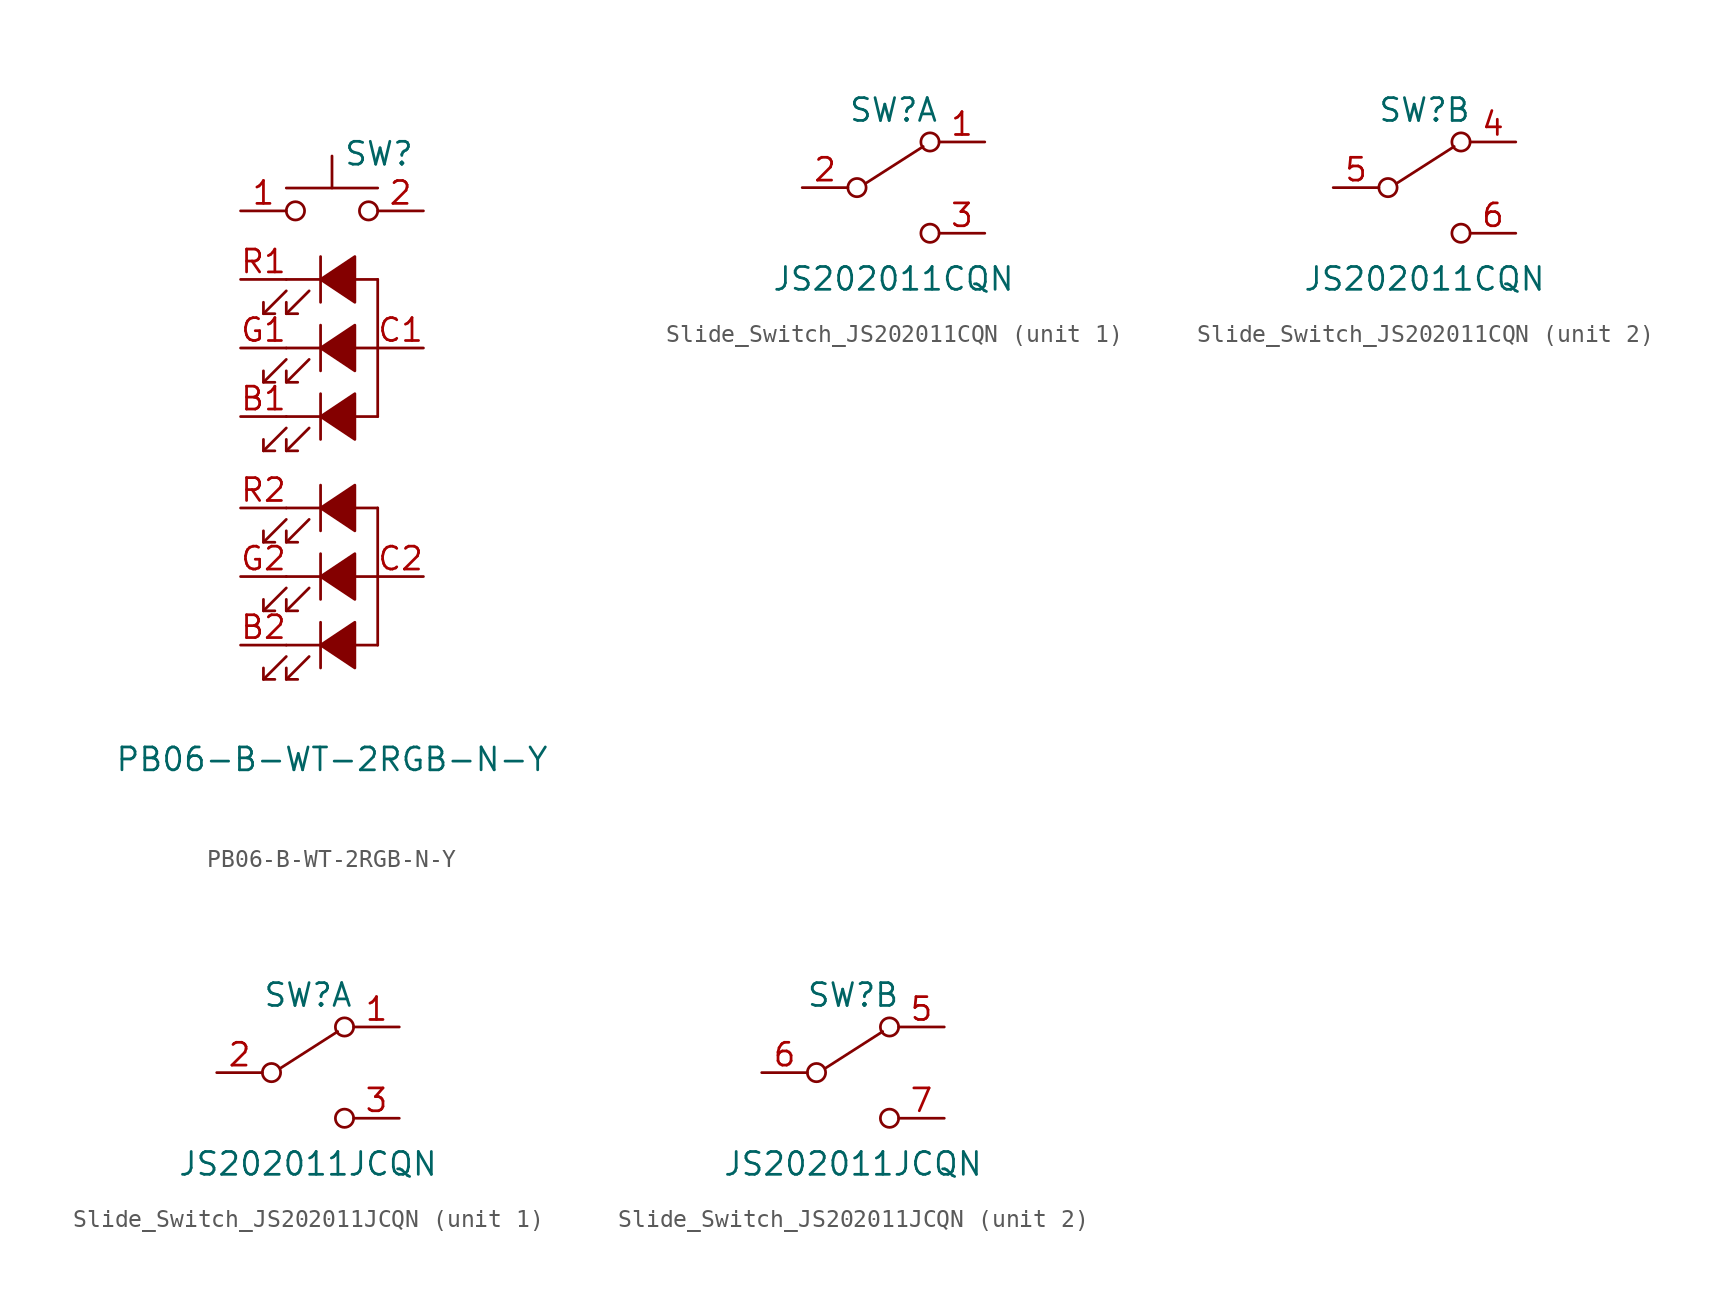
<source format=kicad_sym>
(kicad_symbol_lib
  (version 20231120)
  (generator "kicad_symbol_editor")
  (generator_version "8.0")
  (symbol "PB06-B-WT-2RGB-N-Y"
    (pin_names
      (offset 1.016) hide)
    (property "Reference" "SW"
      (at 0.635 6.985 0)
      (effects (font (size 1.27 1.27)) (justify left)))
    (property "Value" "PB06-B-WT-2RGB-N-Y"
      (at 0 -26.67 0)
      (effects (font (size 1.27 1.27))))
    (symbol "PB06-B-WT-2RGB-N-Y_0_0"
      (polyline (pts (xy -3.81 -1.905) (xy -2.54 -0.635)) (stroke (width 0) (type default)) (fill (type none)))
      (polyline (pts (xy -2.54 -1.905) (xy -1.27 -0.635)) (stroke (width 0) (type default)) (fill (type none)))
      (polyline (pts (xy -2.54 0) (xy 2.54 0)) (stroke (width 0) (type default)) (fill (type none)))
      (polyline (pts (xy -0.635 1.27) (xy -0.635 -1.27)) (stroke (width 0) (type default)) (fill (type none)))
      (polyline (pts (xy -3.81 -1.27) (xy -3.81 -1.905) (xy -3.175 -1.905)) (stroke (width 0) (type default)) (fill (type none)))
      (polyline (pts (xy -2.54 -1.27) (xy -2.54 -1.905) (xy -1.905 -1.905)) (stroke (width 0) (type default)) (fill (type none)))
      (polyline (pts (xy -0.635 0) (xy 1.27 1.27) (xy 1.27 -1.27) (xy -0.635 0)) (stroke (width 0) (type default)) (fill (type outline))))
    (symbol "PB06-B-WT-2RGB-N-Y_0_1"
      (circle (center -2.032 3.81) (radius 0.508) (stroke (width 0) (type default)) (fill (type none)))
      (polyline (pts (xy 0 5.08) (xy 0 6.858)) (stroke (width 0) (type default)) (fill (type none)))
      (polyline (pts (xy 2.54 0) (xy 2.54 -7.62)) (stroke (width 0) (type default)) (fill (type none)))
      (polyline (pts (xy 2.54 5.08) (xy -2.54 5.08)) (stroke (width 0) (type default)) (fill (type none)))
      (circle (center 2.032 3.81) (radius 0.508) (stroke (width 0) (type default)) (fill (type none)))
      (pin passive line (at -5.08 3.81 0) (length 2.54) (name "1" (effects (font (size 1.27 1.27)))) (number "1" (effects (font (size 1.27 1.27)))))
      (pin passive line (at 5.08 3.81 180) (length 2.54) (name "2" (effects (font (size 1.27 1.27)))) (number "2" (effects (font (size 1.27 1.27)))))
      (pin passive line (at 5.08 -3.81 180) (length 2.54) (name "A" (effects (font (size 1.27 1.27)))) (number "C1" (effects (font (size 1.27 1.27)))))
      (pin passive line (at -5.08 0 0) (length 2.54) (name "K" (effects (font (size 1.27 1.27)))) (number "R1" (effects (font (size 1.27 1.27))))))
    (symbol "PB06-B-WT-2RGB-N-Y_1_1"
      (polyline (pts (xy -3.81 -22.225) (xy -2.54 -20.955)) (stroke (width 0) (type default)) (fill (type none)))
      (polyline (pts (xy -3.81 -18.415) (xy -2.54 -17.145)) (stroke (width 0) (type default)) (fill (type none)))
      (polyline (pts (xy -3.81 -14.605) (xy -2.54 -13.335)) (stroke (width 0) (type default)) (fill (type none)))
      (polyline (pts (xy -3.81 -9.525) (xy -2.54 -8.255)) (stroke (width 0) (type default)) (fill (type none)))
      (polyline (pts (xy -3.81 -5.715) (xy -2.54 -4.445)) (stroke (width 0) (type default)) (fill (type none)))
      (polyline (pts (xy -2.54 -22.225) (xy -1.27 -20.955)) (stroke (width 0) (type default)) (fill (type none)))
      (polyline (pts (xy -2.54 -20.32) (xy 2.54 -20.32)) (stroke (width 0) (type default)) (fill (type none)))
      (polyline (pts (xy -2.54 -18.415) (xy -1.27 -17.145)) (stroke (width 0) (type default)) (fill (type none)))
      (polyline (pts (xy -2.54 -16.51) (xy 2.54 -16.51)) (stroke (width 0) (type default)) (fill (type none)))
      (polyline (pts (xy -2.54 -14.605) (xy -1.27 -13.335)) (stroke (width 0) (type default)) (fill (type none)))
      (polyline (pts (xy -2.54 -12.7) (xy 2.54 -12.7)) (stroke (width 0) (type default)) (fill (type none)))
      (polyline (pts (xy -2.54 -9.525) (xy -1.27 -8.255)) (stroke (width 0) (type default)) (fill (type none)))
      (polyline (pts (xy -2.54 -7.62) (xy 2.54 -7.62)) (stroke (width 0) (type default)) (fill (type none)))
      (polyline (pts (xy -2.54 -5.715) (xy -1.27 -4.445)) (stroke (width 0) (type default)) (fill (type none)))
      (polyline (pts (xy -2.54 -3.81) (xy 2.54 -3.81)) (stroke (width 0) (type default)) (fill (type none)))
      (polyline (pts (xy -0.635 -19.05) (xy -0.635 -21.59)) (stroke (width 0) (type default)) (fill (type none)))
      (polyline (pts (xy -0.635 -15.24) (xy -0.635 -17.78)) (stroke (width 0) (type default)) (fill (type none)))
      (polyline (pts (xy -0.635 -11.43) (xy -0.635 -13.97)) (stroke (width 0) (type default)) (fill (type none)))
      (polyline (pts (xy -0.635 -6.35) (xy -0.635 -8.89)) (stroke (width 0) (type default)) (fill (type none)))
      (polyline (pts (xy -0.635 -2.54) (xy -0.635 -5.08)) (stroke (width 0) (type default)) (fill (type none)))
      (polyline (pts (xy 2.54 -12.7) (xy 2.54 -20.32)) (stroke (width 0) (type default)) (fill (type none)))
      (polyline (pts (xy -3.81 -21.59) (xy -3.81 -22.225) (xy -3.175 -22.225)) (stroke (width 0) (type default)) (fill (type none)))
      (polyline (pts (xy -3.81 -17.78) (xy -3.81 -18.415) (xy -3.175 -18.415)) (stroke (width 0) (type default)) (fill (type none)))
      (polyline (pts (xy -3.81 -13.97) (xy -3.81 -14.605) (xy -3.175 -14.605)) (stroke (width 0) (type default)) (fill (type none)))
      (polyline (pts (xy -3.81 -8.89) (xy -3.81 -9.525) (xy -3.175 -9.525)) (stroke (width 0) (type default)) (fill (type none)))
      (polyline (pts (xy -3.81 -5.08) (xy -3.81 -5.715) (xy -3.175 -5.715)) (stroke (width 0) (type default)) (fill (type none)))
      (polyline (pts (xy -2.54 -21.59) (xy -2.54 -22.225) (xy -1.905 -22.225)) (stroke (width 0) (type default)) (fill (type none)))
      (polyline (pts (xy -2.54 -17.78) (xy -2.54 -18.415) (xy -1.905 -18.415)) (stroke (width 0) (type default)) (fill (type none)))
      (polyline (pts (xy -2.54 -13.97) (xy -2.54 -14.605) (xy -1.905 -14.605)) (stroke (width 0) (type default)) (fill (type none)))
      (polyline (pts (xy -2.54 -8.89) (xy -2.54 -9.525) (xy -1.905 -9.525)) (stroke (width 0) (type default)) (fill (type none)))
      (polyline (pts (xy -2.54 -5.08) (xy -2.54 -5.715) (xy -1.905 -5.715)) (stroke (width 0) (type default)) (fill (type none)))
      (polyline (pts (xy -0.635 -20.32) (xy 1.27 -19.05) (xy 1.27 -21.59) (xy -0.635 -20.32)) (stroke (width 0) (type default)) (fill (type outline)))
      (polyline (pts (xy -0.635 -16.51) (xy 1.27 -15.24) (xy 1.27 -17.78) (xy -0.635 -16.51)) (stroke (width 0) (type default)) (fill (type outline)))
      (polyline (pts (xy -0.635 -12.7) (xy 1.27 -11.43) (xy 1.27 -13.97) (xy -0.635 -12.7)) (stroke (width 0) (type default)) (fill (type outline)))
      (polyline (pts (xy -0.635 -7.62) (xy 1.27 -6.35) (xy 1.27 -8.89) (xy -0.635 -7.62)) (stroke (width 0) (type default)) (fill (type outline)))
      (polyline (pts (xy -0.635 -3.81) (xy 1.27 -2.54) (xy 1.27 -5.08) (xy -0.635 -3.81)) (stroke (width 0) (type default)) (fill (type outline)))
      (pin passive line (at -5.08 -7.62 0) (length 2.54) (name "K" (effects (font (size 1.27 1.27)))) (number "B1" (effects (font (size 1.27 1.27)))))
      (pin passive line (at -5.08 -20.32 0) (length 2.54) (name "K" (effects (font (size 1.27 1.27)))) (number "B2" (effects (font (size 1.27 1.27)))))
      (pin passive line (at 5.08 -16.51 180) (length 2.54) (name "A" (effects (font (size 1.27 1.27)))) (number "C2" (effects (font (size 1.27 1.27)))))
      (pin passive line (at -5.08 -3.81 0) (length 2.54) (name "K" (effects (font (size 1.27 1.27)))) (number "G1" (effects (font (size 1.27 1.27)))))
      (pin passive line (at -5.08 -16.51 0) (length 2.54) (name "K" (effects (font (size 1.27 1.27)))) (number "G2" (effects (font (size 1.27 1.27)))))
      (pin passive line (at -5.08 -12.7 0) (length 2.54) (name "K" (effects (font (size 1.27 1.27)))) (number "R2" (effects (font (size 1.27 1.27)))))))
  (symbol "Slide_Switch_JS202011CQN"
    (pin_names
      (offset 0) hide)
    (property "Reference" "SW"
      (at 0 4.318 0)
      (effects (font (size 1.27 1.27))))
    (property "Value" "JS202011CQN"
      (at 0 -5.08 0)
      (effects (font (size 1.27 1.27))))
    (symbol "Slide_Switch_JS202011CQN_0_0"
      (circle (center -2.032 0) (radius 0.508) (stroke (width 0) (type default)) (fill (type none)))
      (circle (center 2.032 -2.54) (radius 0.508) (stroke (width 0) (type default)) (fill (type none))))
    (symbol "Slide_Switch_JS202011CQN_0_1"
      (polyline (pts (xy -1.524 0.254) (xy 1.651 2.286)) (stroke (width 0) (type default)) (fill (type none)))
      (circle (center 2.032 2.54) (radius 0.508) (stroke (width 0) (type default)) (fill (type none))))
    (symbol "Slide_Switch_JS202011CQN_1_1"
      (pin passive line (at 5.08 2.54 180) (length 2.54) (name "A" (effects (font (size 1.27 1.27)))) (number "1" (effects (font (size 1.27 1.27)))))
      (pin passive line (at -5.08 0 0) (length 2.54) (name "B" (effects (font (size 1.27 1.27)))) (number "2" (effects (font (size 1.27 1.27)))))
      (pin passive line (at 5.08 -2.54 180) (length 2.54) (name "C" (effects (font (size 1.27 1.27)))) (number "3" (effects (font (size 1.27 1.27))))))
    (symbol "Slide_Switch_JS202011CQN_2_1"
      (pin passive line (at 5.08 2.54 180) (length 2.54) (name "A" (effects (font (size 1.27 1.27)))) (number "4" (effects (font (size 1.27 1.27)))))
      (pin passive line (at -5.08 0 0) (length 2.54) (name "B" (effects (font (size 1.27 1.27)))) (number "5" (effects (font (size 1.27 1.27)))))
      (pin passive line (at 5.08 -2.54 180) (length 2.54) (name "C" (effects (font (size 1.27 1.27)))) (number "6" (effects (font (size 1.27 1.27)))))))
  (symbol "Slide_Switch_JS202011JCQN"
    (pin_names
      (offset 0) hide)
    (property "Reference" "SW"
      (at 0 4.318 0)
      (effects (font (size 1.27 1.27))))
    (property "Value" "JS202011JCQN"
      (at 0 -5.08 0)
      (effects (font (size 1.27 1.27))))
    (symbol "Slide_Switch_JS202011JCQN_0_0"
      (circle (center -2.032 0) (radius 0.508) (stroke (width 0) (type default)) (fill (type none)))
      (circle (center 2.032 -2.54) (radius 0.508) (stroke (width 0) (type default)) (fill (type none))))
    (symbol "Slide_Switch_JS202011JCQN_0_1"
      (polyline (pts (xy -1.524 0.254) (xy 1.651 2.286)) (stroke (width 0) (type default)) (fill (type none)))
      (circle (center 2.032 2.54) (radius 0.508) (stroke (width 0) (type default)) (fill (type none))))
    (symbol "Slide_Switch_JS202011JCQN_1_1"
      (pin passive line (at 5.08 2.54 180) (length 2.54) (name "A" (effects (font (size 1.27 1.27)))) (number "1" (effects (font (size 1.27 1.27)))))
      (pin passive line (at -5.08 0 0) (length 2.54) (name "B" (effects (font (size 1.27 1.27)))) (number "2" (effects (font (size 1.27 1.27)))))
      (pin passive line (at 5.08 -2.54 180) (length 2.54) (name "C" (effects (font (size 1.27 1.27)))) (number "3" (effects (font (size 1.27 1.27))))))
    (symbol "Slide_Switch_JS202011JCQN_2_1"
      (pin passive line (at 5.08 2.54 180) (length 2.54) (name "A" (effects (font (size 1.27 1.27)))) (number "5" (effects (font (size 1.27 1.27)))))
      (pin passive line (at -5.08 0 0) (length 2.54) (name "B" (effects (font (size 1.27 1.27)))) (number "6" (effects (font (size 1.27 1.27)))))
      (pin passive line (at 5.08 -2.54 180) (length 2.54) (name "C" (effects (font (size 1.27 1.27)))) (number "7" (effects (font (size 1.27 1.27))))))))
</source>
